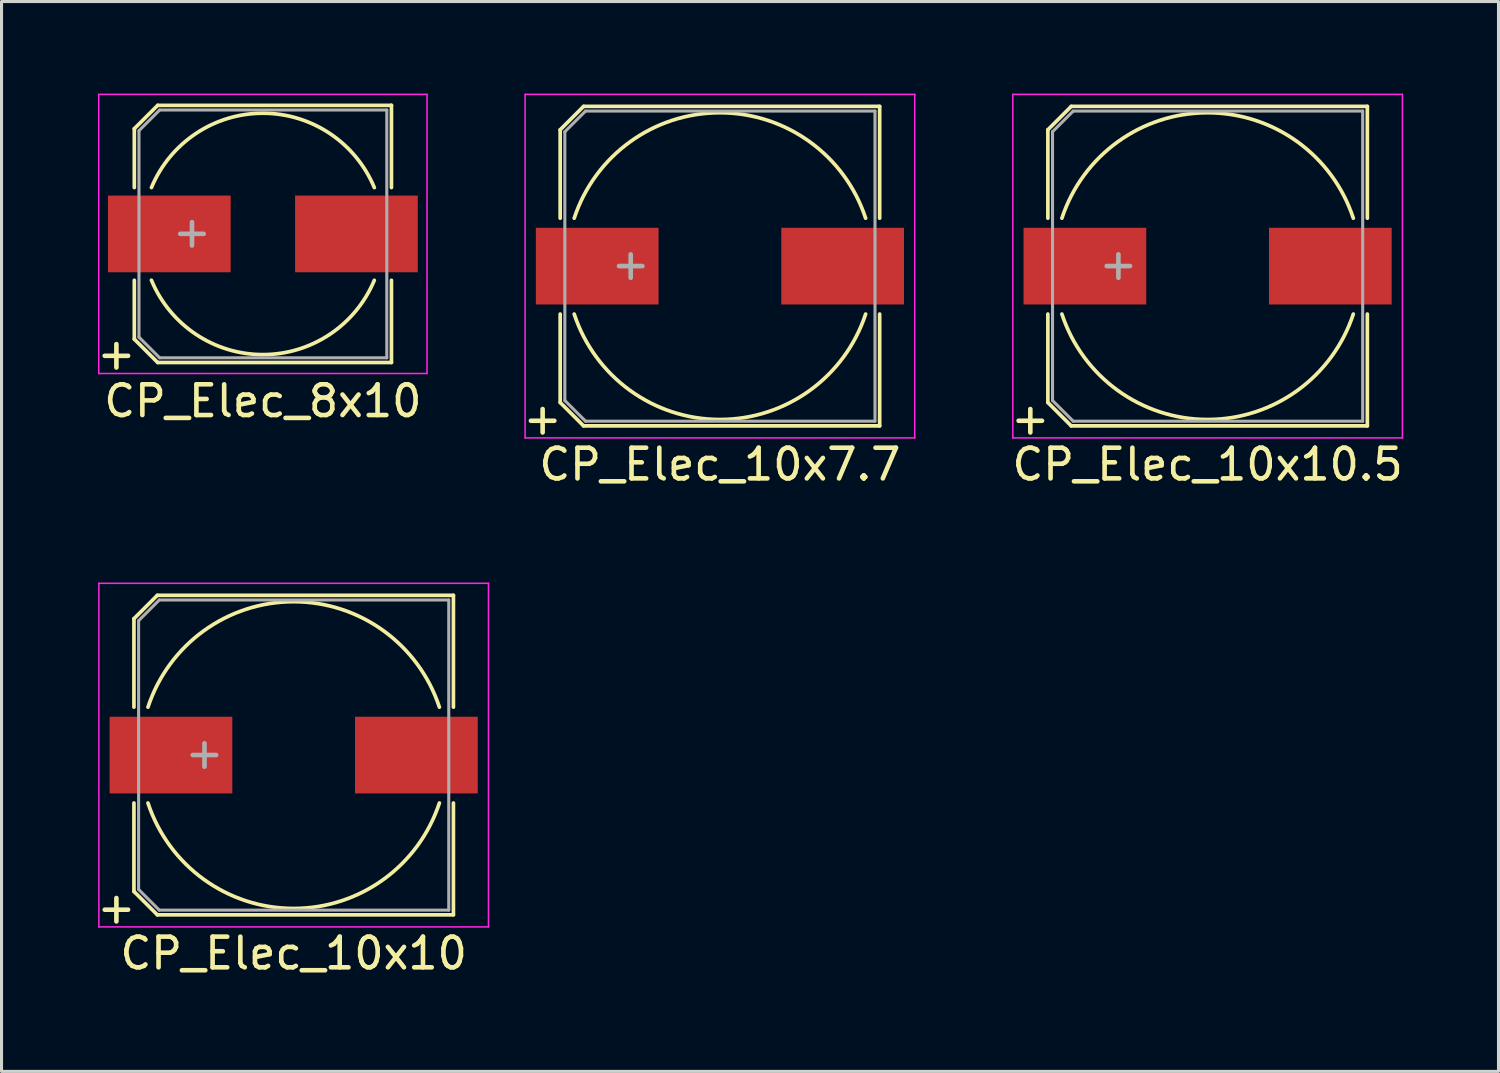
<source format=kicad_pcb>
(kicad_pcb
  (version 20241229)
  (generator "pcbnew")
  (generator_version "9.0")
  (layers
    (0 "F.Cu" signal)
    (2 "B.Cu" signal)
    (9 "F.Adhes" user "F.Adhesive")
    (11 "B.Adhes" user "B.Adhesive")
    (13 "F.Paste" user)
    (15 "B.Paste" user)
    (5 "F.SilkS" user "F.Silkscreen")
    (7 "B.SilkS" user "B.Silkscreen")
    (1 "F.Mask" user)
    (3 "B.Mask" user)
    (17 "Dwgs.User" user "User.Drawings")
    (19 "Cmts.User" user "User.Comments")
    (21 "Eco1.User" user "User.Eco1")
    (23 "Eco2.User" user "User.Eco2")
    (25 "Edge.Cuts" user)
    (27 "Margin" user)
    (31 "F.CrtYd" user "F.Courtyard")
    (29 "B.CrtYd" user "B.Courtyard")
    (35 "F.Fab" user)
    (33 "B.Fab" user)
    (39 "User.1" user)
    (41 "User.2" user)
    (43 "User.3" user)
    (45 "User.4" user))
  (footprint "CP_Elec_10x10.5"
    (layer "F.Cu")
    (at 36.314 5.625)
    (property "Reference" "CP_Elec_10x10.5" (at 0 6.464 0) (layer "F.SilkS") (effects (font (size 1 1) (thickness 0.15))))
    (attr smd)
    (fp_line (start -5.207 -4.445) (end -5.207 -1.562) (stroke (width 0.12) (type solid)) (layer "F.SilkS"))
    (fp_line (start -5.207 -4.445) (end -4.445 -5.207) (stroke (width 0.12) (type solid)) (layer "F.SilkS"))
    (fp_line (start -5.207 4.445) (end -5.207 1.562) (stroke (width 0.12) (type solid)) (layer "F.SilkS"))
    (fp_line (start -4.445 -5.207) (end 5.207 -5.207) (stroke (width 0.12) (type solid)) (layer "F.SilkS"))
    (fp_line (start -4.445 5.207) (end -5.207 4.445) (stroke (width 0.12) (type solid)) (layer "F.SilkS"))
    (fp_line (start 5.207 -5.207) (end 5.207 -1.562) (stroke (width 0.12) (type solid)) (layer "F.SilkS"))
    (fp_line (start 5.207 5.207) (end -4.445 5.207) (stroke (width 0.12) (type solid)) (layer "F.SilkS"))
    (fp_line (start 5.207 5.207) (end 5.207 1.562) (stroke (width 0.12) (type solid)) (layer "F.SilkS"))
    (fp_arc (start -4.7498 -1.5621) (mid 0 -5.000076) (end 4.7498 -1.5621) (stroke (width 0.12) (type solid)) (layer "F.SilkS"))
    (fp_arc (start 4.7498 1.5621) (mid 0 5.000076) (end -4.7498 1.5621) (stroke (width 0.12) (type solid)) (layer "F.SilkS"))
    (fp_line (start -6.35 -5.6) (end -6.35 5.6) (stroke (width 0.05) (type solid)) (layer "F.CrtYd"))
    (fp_line (start -6.35 5.6) (end 6.35 5.6) (stroke (width 0.05) (type solid)) (layer "F.CrtYd"))
    (fp_line (start 6.35 -5.6) (end -6.35 -5.6) (stroke (width 0.05) (type solid)) (layer "F.CrtYd"))
    (fp_line (start 6.35 5.6) (end 6.35 -5.6) (stroke (width 0.05) (type solid)) (layer "F.CrtYd"))
    (fp_line (start -5.055 -4.381) (end -5.055 4.381) (stroke (width 0.1) (type solid)) (layer "F.Fab"))
    (fp_line (start -5.055 4.381) (end -4.381 5.055) (stroke (width 0.1) (type solid)) (layer "F.Fab"))
    (fp_line (start -4.381 -5.055) (end -5.055 -4.381) (stroke (width 0.1) (type solid)) (layer "F.Fab"))
    (fp_line (start -4.381 5.055) (end 5.055 5.055) (stroke (width 0.1) (type solid)) (layer "F.Fab"))
    (fp_line (start 5.055 -5.055) (end -4.381 -5.055) (stroke (width 0.1) (type solid)) (layer "F.Fab"))
    (fp_line (start 5.055 5.055) (end 5.055 -5.055) (stroke (width 0.1) (type solid)) (layer "F.Fab"))
    (fp_text user "+" (at -5.779 4.966 0) (layer "F.SilkS") (effects (font (size 1 1) (thickness 0.15))))
    (fp_text user "+" (at -2.908 -0.076 0) (layer "F.Fab") (effects (font (size 1 1) (thickness 0.15))))
    (pad "1" smd rect (at -4 0 180) (size 4 2.5) (layers "F.Cu" "F.Mask" "F.Paste"))
    (pad "2" smd rect (at 4 0 180) (size 4 2.5) (layers "F.Cu" "F.Mask" "F.Paste")))
  (footprint "CP_Elec_8x10"
    (layer "F.Cu")
    (at 5.519 4.575)
    (property "Reference" "CP_Elec_8x10" (at 0 5.448 0) (layer "F.SilkS") (effects (font (size 1 1) (thickness 0.15))))
    (attr smd)
    (fp_line (start -4.191 -3.429) (end -4.191 -1.511) (stroke (width 0.12) (type solid)) (layer "F.SilkS"))
    (fp_line (start -4.191 -3.429) (end -3.429 -4.191) (stroke (width 0.12) (type solid)) (layer "F.SilkS"))
    (fp_line (start -4.191 3.429) (end -4.191 1.511) (stroke (width 0.12) (type solid)) (layer "F.SilkS"))
    (fp_line (start -3.429 -4.191) (end 4.191 -4.191) (stroke (width 0.12) (type solid)) (layer "F.SilkS"))
    (fp_line (start -3.429 4.191) (end -4.191 3.429) (stroke (width 0.12) (type solid)) (layer "F.SilkS"))
    (fp_line (start 4.191 -4.191) (end 4.191 -1.511) (stroke (width 0.12) (type solid)) (layer "F.SilkS"))
    (fp_line (start 4.191 4.191) (end -3.429 4.191) (stroke (width 0.12) (type solid)) (layer "F.SilkS"))
    (fp_line (start 4.191 4.191) (end 4.191 1.511) (stroke (width 0.12) (type solid)) (layer "F.SilkS"))
    (fp_arc (start -3.6322 -1.5113) (mid 0.000991 -3.93407) (end 3.632961 -1.50947) (stroke (width 0.12) (type solid)) (layer "F.SilkS"))
    (fp_arc (start 3.6322 1.5113) (mid -0.001441 3.934069) (end -3.633306 1.508639) (stroke (width 0.12) (type solid)) (layer "F.SilkS"))
    (fp_line (start -5.35 -4.55) (end -5.35 4.55) (stroke (width 0.05) (type solid)) (layer "F.CrtYd"))
    (fp_line (start -5.35 4.55) (end 5.35 4.55) (stroke (width 0.05) (type solid)) (layer "F.CrtYd"))
    (fp_line (start 5.35 -4.55) (end -5.35 -4.55) (stroke (width 0.05) (type solid)) (layer "F.CrtYd"))
    (fp_line (start 5.35 4.55) (end 5.35 -4.55) (stroke (width 0.05) (type solid)) (layer "F.CrtYd"))
    (fp_line (start -4.039 -3.365) (end -4.039 3.365) (stroke (width 0.1) (type solid)) (layer "F.Fab"))
    (fp_line (start -4.039 3.365) (end -3.365 4.039) (stroke (width 0.1) (type solid)) (layer "F.Fab"))
    (fp_line (start -3.365 -4.039) (end -4.039 -3.365) (stroke (width 0.1) (type solid)) (layer "F.Fab"))
    (fp_line (start -3.365 4.039) (end 4.039 4.039) (stroke (width 0.1) (type solid)) (layer "F.Fab"))
    (fp_line (start 4.039 -4.039) (end -3.365 -4.039) (stroke (width 0.1) (type solid)) (layer "F.Fab"))
    (fp_line (start 4.039 4.039) (end 4.039 -4.039) (stroke (width 0.1) (type solid)) (layer "F.Fab"))
    (fp_text user "+" (at -4.775 3.899 0) (layer "F.SilkS") (effects (font (size 1 1) (thickness 0.15))))
    (fp_text user "+" (at -2.311 -0.076 0) (layer "F.Fab") (effects (font (size 1 1) (thickness 0.15))))
    (pad "1" smd rect (at -3.05 0 180) (size 4 2.5) (layers "F.Cu" "F.Mask" "F.Paste"))
    (pad "2" smd rect (at 3.05 0 180) (size 4 2.5) (layers "F.Cu" "F.Mask" "F.Paste")))
  (footprint "CP_Elec_10x10"
    (layer "F.Cu")
    (at 6.523 21.563)
    (property "Reference" "CP_Elec_10x10" (at 0 6.464 0) (layer "F.SilkS") (effects (font (size 1 1) (thickness 0.15))))
    (attr smd)
    (fp_line (start -5.207 -4.445) (end -5.207 -1.562) (stroke (width 0.12) (type solid)) (layer "F.SilkS"))
    (fp_line (start -5.207 -4.445) (end -4.445 -5.207) (stroke (width 0.12) (type solid)) (layer "F.SilkS"))
    (fp_line (start -5.207 4.445) (end -5.207 1.562) (stroke (width 0.12) (type solid)) (layer "F.SilkS"))
    (fp_line (start -4.445 -5.207) (end 5.207 -5.207) (stroke (width 0.12) (type solid)) (layer "F.SilkS"))
    (fp_line (start -4.445 5.207) (end -5.207 4.445) (stroke (width 0.12) (type solid)) (layer "F.SilkS"))
    (fp_line (start 5.207 -5.207) (end 5.207 -1.562) (stroke (width 0.12) (type solid)) (layer "F.SilkS"))
    (fp_line (start 5.207 5.207) (end -4.445 5.207) (stroke (width 0.12) (type solid)) (layer "F.SilkS"))
    (fp_line (start 5.207 5.207) (end 5.207 1.562) (stroke (width 0.12) (type solid)) (layer "F.SilkS"))
    (fp_arc (start -4.7498 -1.5621) (mid 0 -5.000076) (end 4.7498 -1.5621) (stroke (width 0.12) (type solid)) (layer "F.SilkS"))
    (fp_arc (start 4.7498 1.5621) (mid 0 5.000076) (end -4.7498 1.5621) (stroke (width 0.12) (type solid)) (layer "F.SilkS"))
    (fp_line (start -6.35 -5.6) (end -6.35 5.6) (stroke (width 0.05) (type solid)) (layer "F.CrtYd"))
    (fp_line (start -6.35 5.6) (end 6.35 5.6) (stroke (width 0.05) (type solid)) (layer "F.CrtYd"))
    (fp_line (start 6.35 -5.6) (end -6.35 -5.6) (stroke (width 0.05) (type solid)) (layer "F.CrtYd"))
    (fp_line (start 6.35 5.6) (end 6.35 -5.6) (stroke (width 0.05) (type solid)) (layer "F.CrtYd"))
    (fp_line (start -5.055 -4.381) (end -5.055 4.381) (stroke (width 0.1) (type solid)) (layer "F.Fab"))
    (fp_line (start -5.055 4.381) (end -4.381 5.055) (stroke (width 0.1) (type solid)) (layer "F.Fab"))
    (fp_line (start -4.381 -5.055) (end -5.055 -4.381) (stroke (width 0.1) (type solid)) (layer "F.Fab"))
    (fp_line (start -4.381 5.055) (end 5.055 5.055) (stroke (width 0.1) (type solid)) (layer "F.Fab"))
    (fp_line (start 5.055 -5.055) (end -4.381 -5.055) (stroke (width 0.1) (type solid)) (layer "F.Fab"))
    (fp_line (start 5.055 5.055) (end 5.055 -5.055) (stroke (width 0.1) (type solid)) (layer "F.Fab"))
    (fp_text user "+" (at -5.779 4.966 0) (layer "F.SilkS") (effects (font (size 1 1) (thickness 0.15))))
    (fp_text user "+" (at -2.908 -0.076 0) (layer "F.Fab") (effects (font (size 1 1) (thickness 0.15))))
    (pad "1" smd rect (at -4 0 180) (size 4 2.5) (layers "F.Cu" "F.Mask" "F.Paste"))
    (pad "2" smd rect (at 4 0 180) (size 4 2.5) (layers "F.Cu" "F.Mask" "F.Paste")))
  (footprint "CP_Elec_10x7.7"
    (layer "F.Cu")
    (at 20.417 5.625)
    (property "Reference" "CP_Elec_10x7.7" (at 0 6.464 0) (layer "F.SilkS") (effects (font (size 1 1) (thickness 0.15))))
    (attr smd)
    (fp_line (start -5.207 -4.445) (end -5.207 -1.562) (stroke (width 0.12) (type solid)) (layer "F.SilkS"))
    (fp_line (start -5.207 -4.445) (end -4.445 -5.207) (stroke (width 0.12) (type solid)) (layer "F.SilkS"))
    (fp_line (start -5.207 4.445) (end -5.207 1.562) (stroke (width 0.12) (type solid)) (layer "F.SilkS"))
    (fp_line (start -4.445 -5.207) (end 5.207 -5.207) (stroke (width 0.12) (type solid)) (layer "F.SilkS"))
    (fp_line (start -4.445 5.207) (end -5.207 4.445) (stroke (width 0.12) (type solid)) (layer "F.SilkS"))
    (fp_line (start 5.207 -5.207) (end 5.207 -1.562) (stroke (width 0.12) (type solid)) (layer "F.SilkS"))
    (fp_line (start 5.207 5.207) (end -4.445 5.207) (stroke (width 0.12) (type solid)) (layer "F.SilkS"))
    (fp_line (start 5.207 5.207) (end 5.207 1.562) (stroke (width 0.12) (type solid)) (layer "F.SilkS"))
    (fp_arc (start -4.7498 -1.5621) (mid 0 -5.000076) (end 4.7498 -1.5621) (stroke (width 0.12) (type solid)) (layer "F.SilkS"))
    (fp_arc (start 4.7498 1.5621) (mid 0 5.000076) (end -4.7498 1.5621) (stroke (width 0.12) (type solid)) (layer "F.SilkS"))
    (fp_line (start -6.35 -5.6) (end -6.35 5.6) (stroke (width 0.05) (type solid)) (layer "F.CrtYd"))
    (fp_line (start -6.35 5.6) (end 6.35 5.6) (stroke (width 0.05) (type solid)) (layer "F.CrtYd"))
    (fp_line (start 6.35 -5.6) (end -6.35 -5.6) (stroke (width 0.05) (type solid)) (layer "F.CrtYd"))
    (fp_line (start 6.35 5.6) (end 6.35 -5.6) (stroke (width 0.05) (type solid)) (layer "F.CrtYd"))
    (fp_line (start -5.055 -4.381) (end -5.055 4.381) (stroke (width 0.1) (type solid)) (layer "F.Fab"))
    (fp_line (start -5.055 4.381) (end -4.381 5.055) (stroke (width 0.1) (type solid)) (layer "F.Fab"))
    (fp_line (start -4.381 -5.055) (end -5.055 -4.381) (stroke (width 0.1) (type solid)) (layer "F.Fab"))
    (fp_line (start -4.381 5.055) (end 5.055 5.055) (stroke (width 0.1) (type solid)) (layer "F.Fab"))
    (fp_line (start 5.055 -5.055) (end -4.381 -5.055) (stroke (width 0.1) (type solid)) (layer "F.Fab"))
    (fp_line (start 5.055 5.055) (end 5.055 -5.055) (stroke (width 0.1) (type solid)) (layer "F.Fab"))
    (fp_text user "+" (at -5.779 4.966 0) (layer "F.SilkS") (effects (font (size 1 1) (thickness 0.15))))
    (fp_text user "+" (at -2.908 -0.076 0) (layer "F.Fab") (effects (font (size 1 1) (thickness 0.15))))
    (pad "1" smd rect (at -4 0 180) (size 4 2.5) (layers "F.Cu" "F.Mask" "F.Paste"))
    (pad "2" smd rect (at 4 0 180) (size 4 2.5) (layers "F.Cu" "F.Mask" "F.Paste")))
  (gr_rect
    (start -3 -3)
    (end 45.796 31.875)
    (stroke (width 0.1) (type default))
    (fill no)
    (layer "Edge.Cuts")))
</source>
